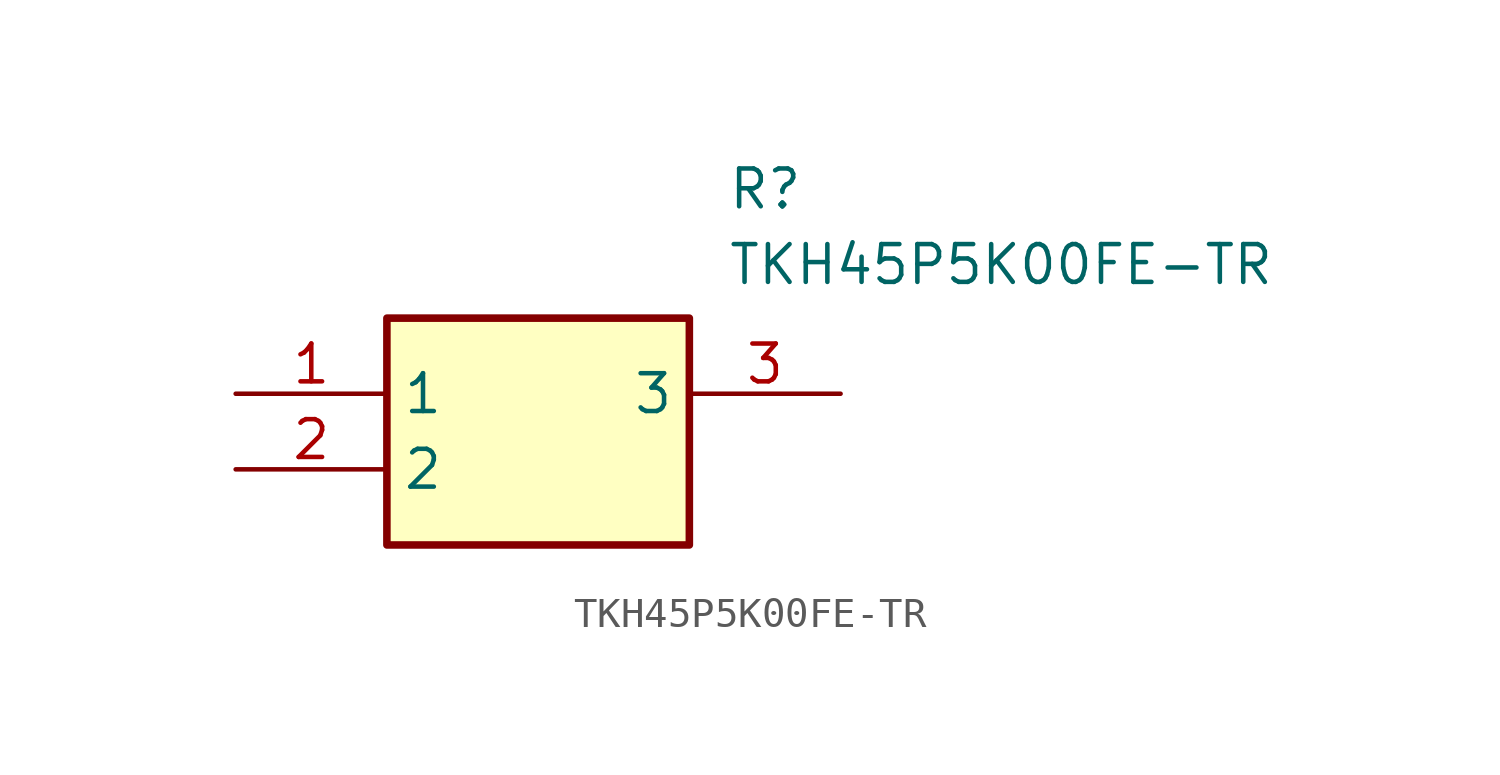
<source format=kicad_sym>
(kicad_symbol_lib
  (version 20211014)
  (generator SamacSys_ECAD_Model)
  (symbol "TKH45P5K00FE-TR"
    (property "Reference" "R"
      (at 16.51 7.62 0)
      (effects (font (size 1.27 1.27)) (justify left top)))
    (property "Value" "TKH45P5K00FE-TR"
      (at 16.51 5.08 0)
      (effects (font (size 1.27 1.27)) (justify left top)))
    (rectangle
      (start 5.08 2.54)
      (end 15.24 -5.08)
      (stroke (width 0.254) (type default))
      (fill (type background)))
    (pin passive line
      (at 0 0 0)
      (length 5.08)
      (name "1" (effects (font (size 1.27 1.27))))
      (number "1" (effects (font (size 1.27 1.27)))))
    (pin passive line
      (at 0 -2.54 0)
      (length 5.08)
      (name "2" (effects (font (size 1.27 1.27))))
      (number "2" (effects (font (size 1.27 1.27)))))
    (pin passive line
      (at 20.32 0 180)
      (length 5.08)
      (name "3" (effects (font (size 1.27 1.27))))
      (number "3" (effects (font (size 1.27 1.27)))))))
</source>
